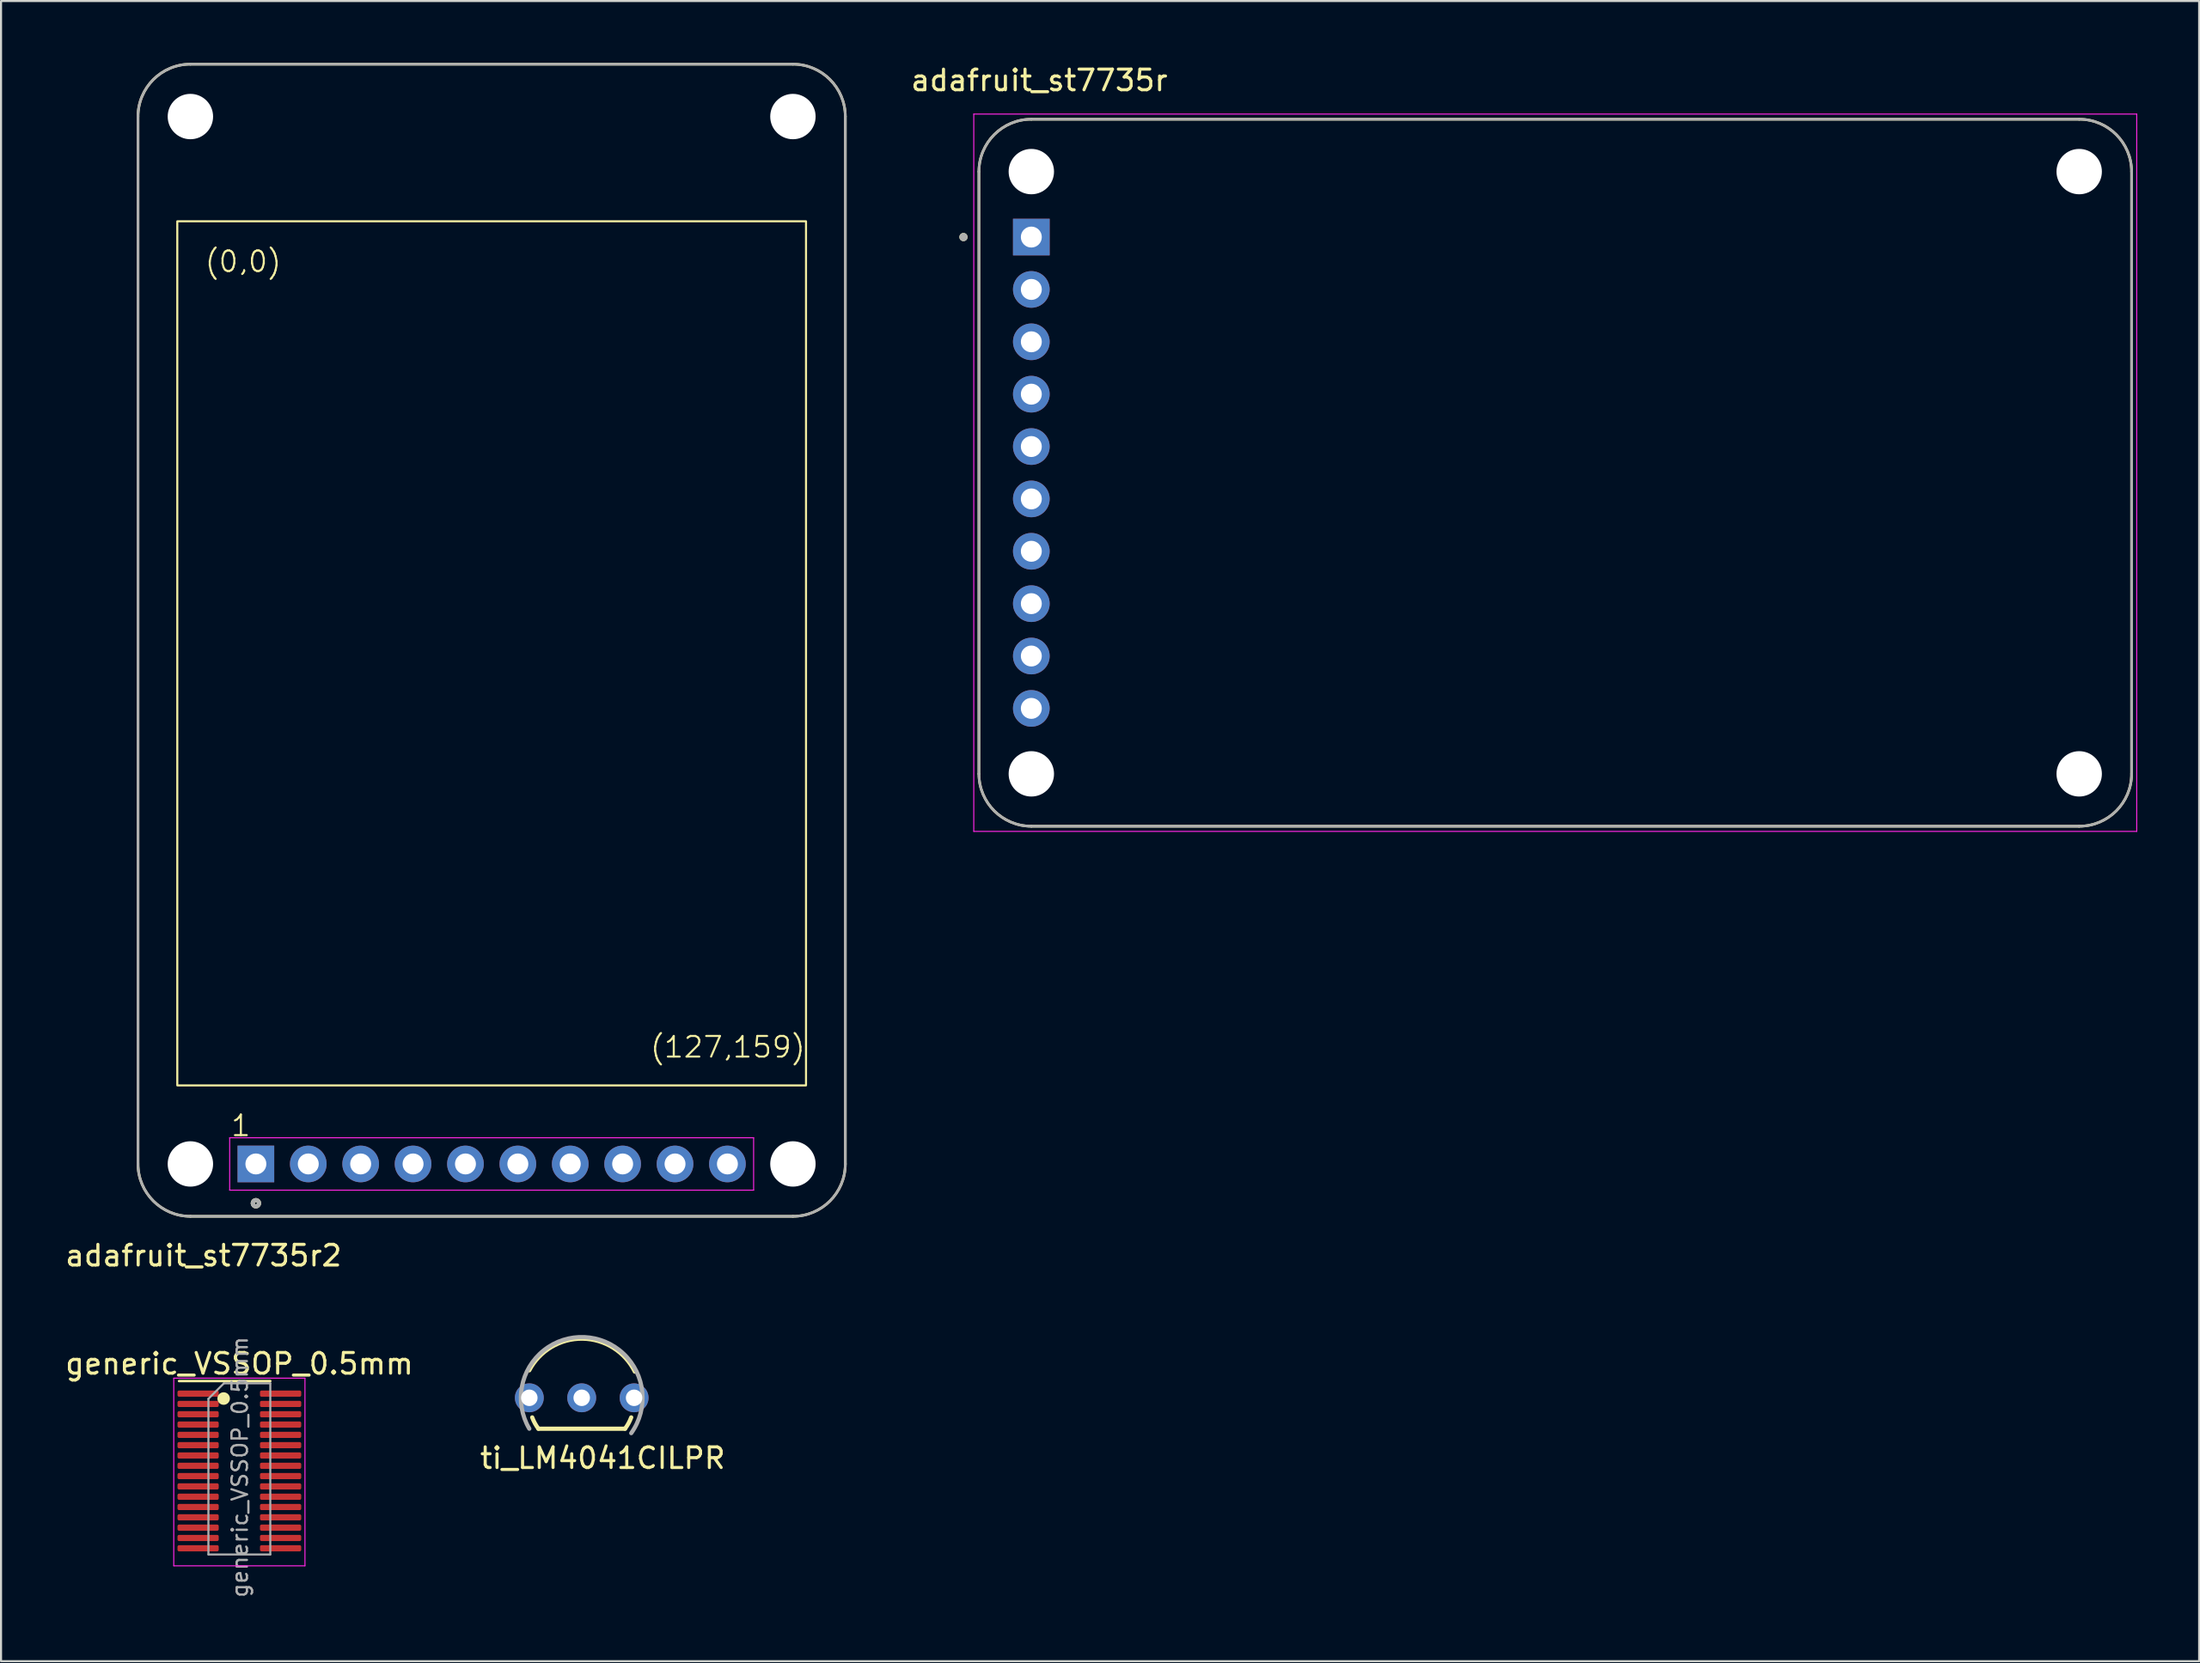
<source format=kicad_pcb>
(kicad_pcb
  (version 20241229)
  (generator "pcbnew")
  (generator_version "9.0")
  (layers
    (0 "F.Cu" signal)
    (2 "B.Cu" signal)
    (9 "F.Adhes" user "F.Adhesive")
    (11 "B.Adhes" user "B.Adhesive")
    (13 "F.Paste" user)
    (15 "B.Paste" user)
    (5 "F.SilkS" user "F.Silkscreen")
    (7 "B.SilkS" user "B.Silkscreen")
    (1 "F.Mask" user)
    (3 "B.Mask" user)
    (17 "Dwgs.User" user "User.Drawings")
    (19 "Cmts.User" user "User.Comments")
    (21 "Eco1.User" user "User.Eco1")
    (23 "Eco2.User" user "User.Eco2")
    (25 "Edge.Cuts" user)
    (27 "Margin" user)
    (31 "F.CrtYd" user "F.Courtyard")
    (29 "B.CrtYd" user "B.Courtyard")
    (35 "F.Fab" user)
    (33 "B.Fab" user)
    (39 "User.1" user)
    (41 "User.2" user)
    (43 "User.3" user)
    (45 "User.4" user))
  (footprint "generic_VSSOP_0.5mm"
    (layer "F.Cu")
    (at 8.554 65.543)
    (property "Reference" "generic_VSSOP_0.5mm" (at 0 -2.45 0) (layer "F.SilkS") (effects (font (size 1 1) (thickness 0.15))))
    (attr smd)
    (fp_line (start 0 -1.61) (end -2.925 -1.61) (stroke (width 0.12) (type solid)) (layer "F.SilkS"))
    (fp_line (start 0 -1.61) (end 1.5 -1.61) (stroke (width 0.12) (type solid)) (layer "F.SilkS"))
    (fp_circle (center -0.762 -0.762) (end -0.508 -0.762) (stroke (width 0.1) (type solid)) (fill yes) (layer "F.SilkS"))
    (fp_line (start -3.18 -1.75) (end -3.18 7.35) (stroke (width 0.05) (type solid)) (layer "F.CrtYd"))
    (fp_line (start -3.18 7.35) (end 3.18 7.35) (stroke (width 0.05) (type solid)) (layer "F.CrtYd"))
    (fp_line (start 3.18 -1.75) (end -3.18 -1.75) (stroke (width 0.05) (type solid)) (layer "F.CrtYd"))
    (fp_line (start 3.18 7.35) (end 3.18 -1.75) (stroke (width 0.05) (type solid)) (layer "F.CrtYd"))
    (fp_line (start -1.5 -0.75) (end -0.75 -1.5) (stroke (width 0.1) (type solid)) (layer "F.Fab"))
    (fp_line (start -1.5 6.8) (end -1.5 -0.75) (stroke (width 0.1) (type solid)) (layer "F.Fab"))
    (fp_line (start -0.75 -1.5) (end 1.5 -1.5) (stroke (width 0.1) (type solid)) (layer "F.Fab"))
    (fp_line (start 1.5 -1.5) (end 1.5 6.8) (stroke (width 0.1) (type solid)) (layer "F.Fab"))
    (fp_line (start 1.5 6.8) (end -1.5 6.8) (stroke (width 0.1) (type solid)) (layer "F.Fab"))
    (fp_text user "${REFERENCE}" (at 0.025 2.565 90) (layer "F.Fab") (effects (font (size 0.75 0.75) (thickness 0.11))))
    (pad "1" smd roundrect (at -2 -1) (size 2 0.3) (layers "F.Cu" "F.Mask" "F.Paste") (roundrect_rratio 0.25))
    (pad "2" smd roundrect (at -2 -0.5) (size 2 0.3) (layers "F.Cu" "F.Mask" "F.Paste") (roundrect_rratio 0.25))
    (pad "3" smd roundrect (at -2 0) (size 2 0.3) (layers "F.Cu" "F.Mask" "F.Paste") (roundrect_rratio 0.25))
    (pad "4" smd roundrect (at -2 0.5) (size 2 0.3) (layers "F.Cu" "F.Mask" "F.Paste") (roundrect_rratio 0.25))
    (pad "5" smd roundrect (at -2 1) (size 2 0.3) (layers "F.Cu" "F.Mask" "F.Paste") (roundrect_rratio 0.25))
    (pad "6" smd roundrect (at -2 1.5) (size 2 0.3) (layers "F.Cu" "F.Mask" "F.Paste") (roundrect_rratio 0.25))
    (pad "7" smd roundrect (at -2 2) (size 2 0.3) (layers "F.Cu" "F.Mask" "F.Paste") (roundrect_rratio 0.25))
    (pad "8" smd roundrect (at -2 2.5) (size 2 0.3) (layers "F.Cu" "F.Mask" "F.Paste") (roundrect_rratio 0.25))
    (pad "9" smd roundrect (at -2 3) (size 2 0.3) (layers "F.Cu" "F.Mask" "F.Paste") (roundrect_rratio 0.25))
    (pad "10" smd roundrect (at -2 3.5) (size 2 0.3) (layers "F.Cu" "F.Mask" "F.Paste") (roundrect_rratio 0.25))
    (pad "11" smd roundrect (at -2 4) (size 2 0.3) (layers "F.Cu" "F.Mask" "F.Paste") (roundrect_rratio 0.25))
    (pad "12" smd roundrect (at -2 4.5) (size 2 0.3) (layers "F.Cu" "F.Mask" "F.Paste") (roundrect_rratio 0.25))
    (pad "13" smd roundrect (at -2 5) (size 2 0.3) (layers "F.Cu" "F.Mask" "F.Paste") (roundrect_rratio 0.25))
    (pad "14" smd roundrect (at -2 5.5) (size 2 0.3) (layers "F.Cu" "F.Mask" "F.Paste") (roundrect_rratio 0.25))
    (pad "15" smd roundrect (at -2 6) (size 2 0.3) (layers "F.Cu" "F.Mask" "F.Paste") (roundrect_rratio 0.25))
    (pad "16" smd roundrect (at -2 6.5) (size 2 0.3) (layers "F.Cu" "F.Mask" "F.Paste") (roundrect_rratio 0.25))
    (pad "17" smd roundrect (at 2 -1) (size 2 0.3) (layers "F.Cu" "F.Mask" "F.Paste") (roundrect_rratio 0.25))
    (pad "18" smd roundrect (at 2 -0.5) (size 2 0.3) (layers "F.Cu" "F.Mask" "F.Paste") (roundrect_rratio 0.25))
    (pad "19" smd roundrect (at 2 0) (size 2 0.3) (layers "F.Cu" "F.Mask" "F.Paste") (roundrect_rratio 0.25))
    (pad "20" smd roundrect (at 2 0.5) (size 2 0.3) (layers "F.Cu" "F.Mask" "F.Paste") (roundrect_rratio 0.25))
    (pad "21" smd roundrect (at 2 1) (size 2 0.3) (layers "F.Cu" "F.Mask" "F.Paste") (roundrect_rratio 0.25))
    (pad "22" smd roundrect (at 2 1.5) (size 2 0.3) (layers "F.Cu" "F.Mask" "F.Paste") (roundrect_rratio 0.25))
    (pad "23" smd roundrect (at 2 2) (size 2 0.3) (layers "F.Cu" "F.Mask" "F.Paste") (roundrect_rratio 0.25))
    (pad "24" smd roundrect (at 2 2.5) (size 2 0.3) (layers "F.Cu" "F.Mask" "F.Paste") (roundrect_rratio 0.25))
    (pad "25" smd roundrect (at 2 3) (size 2 0.3) (layers "F.Cu" "F.Mask" "F.Paste") (roundrect_rratio 0.25))
    (pad "26" smd roundrect (at 2 3.5) (size 2 0.3) (layers "F.Cu" "F.Mask" "F.Paste") (roundrect_rratio 0.25))
    (pad "27" smd roundrect (at 2 4) (size 2 0.3) (layers "F.Cu" "F.Mask" "F.Paste") (roundrect_rratio 0.25))
    (pad "28" smd roundrect (at 2 4.5) (size 2 0.3) (layers "F.Cu" "F.Mask" "F.Paste") (roundrect_rratio 0.25))
    (pad "29" smd roundrect (at 2 5) (size 2 0.3) (layers "F.Cu" "F.Mask" "F.Paste") (roundrect_rratio 0.25))
    (pad "30" smd roundrect (at 2 5.5) (size 2 0.3) (layers "F.Cu" "F.Mask" "F.Paste") (roundrect_rratio 0.25))
    (pad "31" smd roundrect (at 2 6) (size 2 0.3) (layers "F.Cu" "F.Mask" "F.Paste") (roundrect_rratio 0.25))
    (pad "32" smd roundrect (at 2 6.5) (size 2 0.3) (layers "F.Cu" "F.Mask" "F.Paste") (roundrect_rratio 0.25)))
  (footprint "ti_LM4041CILPR"
    (layer "F.Cu")
    (at 25.151 64.745)
    (property "Reference" "ti_LM4041CILPR" (at 1.017 2.925 0) (layer "F.SilkS") (effects (font (size 1.001 1.001) (thickness 0.15))))
    (attr through_hole)
    (fp_line (start -2.1 1.5) (end 2.1 1.5) (stroke (width 0.203) (type solid)) (layer "F.SilkS"))
    (fp_arc (start -2.543585 -1.33233) (mid 0.034986 -2.868718) (end 2.575384 -1.27) (stroke (width 0.2032) (type solid)) (layer "F.SilkS"))
    (fp_arc (start -2.1 1.5) (mid -2.269296 1.235525) (end -2.4 0.95) (stroke (width 0.2032) (type solid)) (layer "F.SilkS"))
    (fp_arc (start 2.4 0.95) (mid 2.269296 1.235525) (end 2.1 1.5) (stroke (width 0.2032) (type solid)) (layer "F.SilkS"))
    (fp_arc (start -2.54 1.5) (mid 0.127858 -2.943471) (end 2.400692 1.714439) (stroke (width 0.2032) (type solid)) (layer "F.Fab"))
    (pad "1" thru_hole circle (at -2.54 0) (size 1.4 1.4) (drill 0.8) (layers "*.Cu" "*.Mask"))
    (pad "2" thru_hole circle (at 0 0) (size 1.4 1.4) (drill 0.8) (layers "*.Cu" "*.Mask"))
    (pad "3" thru_hole circle (at 2.54 0) (size 1.4 1.4) (drill 0.8) (layers "*.Cu" "*.Mask")))
  (footprint "adafruit_st7735r"
    (layer "F.Cu")
    (at 72.348 19.878)
    (property "Reference" "adafruit_st7735r" (at -25.015 -19.03 0) (layer "F.SilkS") (effects (font (size 1 1) (thickness 0.15))))
    (attr through_hole)
    (fp_line (start -27.94 -14.605) (end -27.94 14.605) (stroke (width 0.127) (type solid)) (layer "F.SilkS"))
    (fp_line (start -25.4 17.145) (end 25.4 17.145) (stroke (width 0.127) (type solid)) (layer "F.SilkS"))
    (fp_line (start 25.4 -17.145) (end -25.4 -17.145) (stroke (width 0.127) (type solid)) (layer "F.SilkS"))
    (fp_line (start 27.94 14.605) (end 27.94 -14.605) (stroke (width 0.127) (type solid)) (layer "F.SilkS"))
    (fp_arc (start -27.94 -14.605) (mid -27.196051 -16.401051) (end -25.4 -17.145) (stroke (width 0.127) (type solid)) (layer "F.SilkS"))
    (fp_arc (start -25.4 17.145) (mid -27.196051 16.401051) (end -27.94 14.605) (stroke (width 0.127) (type solid)) (layer "F.SilkS"))
    (fp_arc (start 25.4 -17.145) (mid 27.196051 -16.401051) (end 27.94 -14.605) (stroke (width 0.127) (type solid)) (layer "F.SilkS"))
    (fp_arc (start 27.94 14.605) (mid 27.196051 16.401051) (end 25.4 17.145) (stroke (width 0.127) (type solid)) (layer "F.SilkS"))
    (fp_circle (center -28.69 -11.43) (end -28.59 -11.43) (stroke (width 0.2) (type solid)) (fill no) (layer "F.SilkS"))
    (fp_line (start -28.19 -17.395) (end -28.19 17.395) (stroke (width 0.05) (type solid)) (layer "F.CrtYd"))
    (fp_line (start -28.19 17.395) (end 28.19 17.395) (stroke (width 0.05) (type solid)) (layer "F.CrtYd"))
    (fp_line (start 28.19 -17.395) (end -28.19 -17.395) (stroke (width 0.05) (type solid)) (layer "F.CrtYd"))
    (fp_line (start 28.19 17.395) (end 28.19 -17.395) (stroke (width 0.05) (type solid)) (layer "F.CrtYd"))
    (fp_line (start -27.94 -14.605) (end -27.94 14.605) (stroke (width 0.127) (type solid)) (layer "F.Fab"))
    (fp_line (start -25.4 17.145) (end 25.4 17.145) (stroke (width 0.127) (type solid)) (layer "F.Fab"))
    (fp_line (start 25.4 -17.145) (end -25.4 -17.145) (stroke (width 0.127) (type solid)) (layer "F.Fab"))
    (fp_line (start 27.94 14.605) (end 27.94 -14.605) (stroke (width 0.127) (type solid)) (layer "F.Fab"))
    (fp_arc (start -27.94 -14.605) (mid -27.196051 -16.401051) (end -25.4 -17.145) (stroke (width 0.127) (type solid)) (layer "F.Fab"))
    (fp_arc (start -25.4 17.145) (mid -27.196051 16.401051) (end -27.94 14.605) (stroke (width 0.127) (type solid)) (layer "F.Fab"))
    (fp_arc (start 25.4 -17.145) (mid 27.196051 -16.401051) (end 27.94 -14.605) (stroke (width 0.127) (type solid)) (layer "F.Fab"))
    (fp_arc (start 27.94 14.605) (mid 27.196051 16.401051) (end 25.4 17.145) (stroke (width 0.127) (type solid)) (layer "F.Fab"))
    (fp_circle (center -28.69 -11.43) (end -28.59 -11.43) (stroke (width 0.2) (type solid)) (fill no) (layer "F.Fab"))
    (pad "" np_thru_hole circle (at -25.4 -14.605) (size 2.2 2.2) (drill 2.2) (layers "*.Cu" "*.Mask"))
    (pad "" np_thru_hole circle (at -25.4 14.605) (size 2.2 2.2) (drill 2.2) (layers "*.Cu" "*.Mask"))
    (pad "" np_thru_hole circle (at 25.4 -14.605) (size 2.2 2.2) (drill 2.2) (layers "*.Cu" "*.Mask"))
    (pad "" np_thru_hole circle (at 25.4 14.605) (size 2.2 2.2) (drill 2.2) (layers "*.Cu" "*.Mask"))
    (pad "1" thru_hole rect (at -25.4 -11.43) (size 1.778 1.778) (drill 1.016) (layers "*.Cu" "*.Mask"))
    (pad "2" thru_hole circle (at -25.4 -8.89) (size 1.778 1.778) (drill 1.016) (layers "*.Cu" "*.Mask"))
    (pad "3" thru_hole circle (at -25.4 -6.35) (size 1.778 1.778) (drill 1.016) (layers "*.Cu" "*.Mask"))
    (pad "4" thru_hole circle (at -25.4 -3.81) (size 1.778 1.778) (drill 1.016) (layers "*.Cu" "*.Mask"))
    (pad "5" thru_hole circle (at -25.4 -1.27) (size 1.778 1.778) (drill 1.016) (layers "*.Cu" "*.Mask"))
    (pad "6" thru_hole circle (at -25.4 1.27) (size 1.778 1.778) (drill 1.016) (layers "*.Cu" "*.Mask"))
    (pad "7" thru_hole circle (at -25.4 3.81) (size 1.778 1.778) (drill 1.016) (layers "*.Cu" "*.Mask"))
    (pad "8" thru_hole circle (at -25.4 6.35) (size 1.778 1.778) (drill 1.016) (layers "*.Cu" "*.Mask"))
    (pad "9" thru_hole circle (at -25.4 8.89) (size 1.778 1.778) (drill 1.016) (layers "*.Cu" "*.Mask"))
    (pad "10" thru_hole circle (at -25.4 11.43) (size 1.778 1.778) (drill 1.016) (layers "*.Cu" "*.Mask")))
  (footprint "adafruit_st7735r2"
    (layer "F.Cu")
    (at 20.785 28.003)
    (property "Reference" "adafruit_st7735r2" (at -13.97 29.845 0) (layer "F.SilkS") (effects (font (size 1 1) (thickness 0.15))))
    (attr through_hole)
    (fp_line (start -17.145 -25.4) (end -17.145 25.4) (stroke (width 0.127) (type solid)) (layer "F.SilkS"))
    (fp_line (start -14.605 27.94) (end 14.605 27.94) (stroke (width 0.127) (type solid)) (layer "F.SilkS"))
    (fp_line (start 14.605 -27.94) (end -14.605 -27.94) (stroke (width 0.127) (type solid)) (layer "F.SilkS"))
    (fp_line (start 17.145 25.4) (end 17.145 -25.4) (stroke (width 0.127) (type solid)) (layer "F.SilkS"))
    (fp_rect (start -15.24 -20.32) (end 15.24 21.59) (stroke (width 0.1) (type default)) (fill no) (layer "F.SilkS"))
    (fp_arc (start -17.145 -25.4) (mid -16.401051 -27.196051) (end -14.605 -27.94) (stroke (width 0.127) (type solid)) (layer "F.SilkS"))
    (fp_arc (start -14.605 27.94) (mid -16.401051 27.196051) (end -17.145 25.4) (stroke (width 0.127) (type solid)) (layer "F.SilkS"))
    (fp_arc (start 14.605 -27.94) (mid 16.401051 -27.196051) (end 17.145 -25.4) (stroke (width 0.127) (type solid)) (layer "F.SilkS"))
    (fp_arc (start 17.145 25.4) (mid 16.401051 27.196051) (end 14.605 27.94) (stroke (width 0.127) (type solid)) (layer "F.SilkS"))
    (fp_circle (center -11.43 27.305) (end -11.278 27.305) (stroke (width 0.203) (type solid)) (fill no) (layer "F.SilkS"))
    (fp_line (start -12.7 24.13) (end -12.7 26.67) (stroke (width 0.05) (type solid)) (layer "F.CrtYd"))
    (fp_line (start -12.7 26.67) (end 12.7 26.67) (stroke (width 0.05) (type solid)) (layer "F.CrtYd"))
    (fp_line (start 12.7 24.13) (end -12.7 24.13) (stroke (width 0.05) (type solid)) (layer "F.CrtYd"))
    (fp_line (start 12.7 26.67) (end 12.7 24.13) (stroke (width 0.05) (type solid)) (layer "F.CrtYd"))
    (fp_line (start -17.145 -25.4) (end -17.145 25.4) (stroke (width 0.127) (type solid)) (layer "F.Fab"))
    (fp_line (start -14.605 27.94) (end 14.605 27.94) (stroke (width 0.127) (type solid)) (layer "F.Fab"))
    (fp_line (start 14.605 -27.94) (end -14.605 -27.94) (stroke (width 0.127) (type solid)) (layer "F.Fab"))
    (fp_line (start 17.145 25.4) (end 17.145 -25.4) (stroke (width 0.127) (type solid)) (layer "F.Fab"))
    (fp_arc (start -17.145 -25.4) (mid -16.401051 -27.196051) (end -14.605 -27.94) (stroke (width 0.127) (type solid)) (layer "F.Fab"))
    (fp_arc (start -14.605 27.94) (mid -16.401051 27.196051) (end -17.145 25.4) (stroke (width 0.127) (type solid)) (layer "F.Fab"))
    (fp_arc (start 14.605 -27.94) (mid 16.401051 -27.196051) (end 17.145 -25.4) (stroke (width 0.127) (type solid)) (layer "F.Fab"))
    (fp_arc (start 17.145 25.4) (mid 16.401051 27.196051) (end 14.605 27.94) (stroke (width 0.127) (type solid)) (layer "F.Fab"))
    (fp_circle (center -11.43 27.305) (end -11.278 27.305) (stroke (width 0.203) (type solid)) (fill no) (layer "F.Fab"))
    (fp_text user "(0,0)" (at -13.97 -17.78 0) (unlocked yes) (layer "F.SilkS") (effects (font (size 1 1) (thickness 0.1)) (justify left bottom)))
    (fp_text user "(127,159)" (at 7.62 20.32 0) (unlocked yes) (layer "F.SilkS") (effects (font (size 1 1) (thickness 0.1)) (justify left bottom)))
    (fp_text user "1" (at -12.7 24.13 0) (unlocked yes) (layer "F.SilkS") (effects (font (size 1 1) (thickness 0.1)) (justify left bottom)))
    (pad "" np_thru_hole circle (at -14.605 -25.4 90) (size 2.2 2.2) (drill 2.2) (layers "*.Cu" "*.Mask"))
    (pad "" np_thru_hole circle (at -14.605 25.4 90) (size 2.2 2.2) (drill 2.2) (layers "*.Cu" "*.Mask"))
    (pad "" np_thru_hole circle (at 14.605 -25.4 90) (size 2.2 2.2) (drill 2.2) (layers "*.Cu" "*.Mask"))
    (pad "" np_thru_hole circle (at 14.605 25.4 90) (size 2.2 2.2) (drill 2.2) (layers "*.Cu" "*.Mask"))
    (pad "1" thru_hole rect (at -11.43 25.4 90) (size 1.778 1.778) (drill 1.016) (layers "*.Cu" "*.Mask"))
    (pad "2" thru_hole circle (at -8.89 25.4 90) (size 1.778 1.778) (drill 1.016) (layers "*.Cu" "*.Mask"))
    (pad "3" thru_hole circle (at -6.35 25.4 90) (size 1.778 1.778) (drill 1.016) (layers "*.Cu" "*.Mask"))
    (pad "4" thru_hole circle (at -3.81 25.4 90) (size 1.778 1.778) (drill 1.016) (layers "*.Cu" "*.Mask"))
    (pad "5" thru_hole circle (at -1.27 25.4 90) (size 1.778 1.778) (drill 1.016) (layers "*.Cu" "*.Mask"))
    (pad "6" thru_hole circle (at 1.27 25.4 90) (size 1.778 1.778) (drill 1.016) (layers "*.Cu" "*.Mask"))
    (pad "7" thru_hole circle (at 3.81 25.4 90) (size 1.778 1.778) (drill 1.016) (layers "*.Cu" "*.Mask"))
    (pad "8" thru_hole circle (at 6.35 25.4 90) (size 1.778 1.778) (drill 1.016) (layers "*.Cu" "*.Mask"))
    (pad "9" thru_hole circle (at 8.89 25.4 90) (size 1.778 1.778) (drill 1.016) (layers "*.Cu" "*.Mask"))
    (pad "10" thru_hole circle (at 11.43 25.4 90) (size 1.778 1.778) (drill 1.016) (layers "*.Cu" "*.Mask")))
  (gr_rect
    (start -3 -3)
    (end 103.563 77.52)
    (stroke (width 0.1) (type default))
    (fill no)
    (layer "Edge.Cuts")))
</source>
